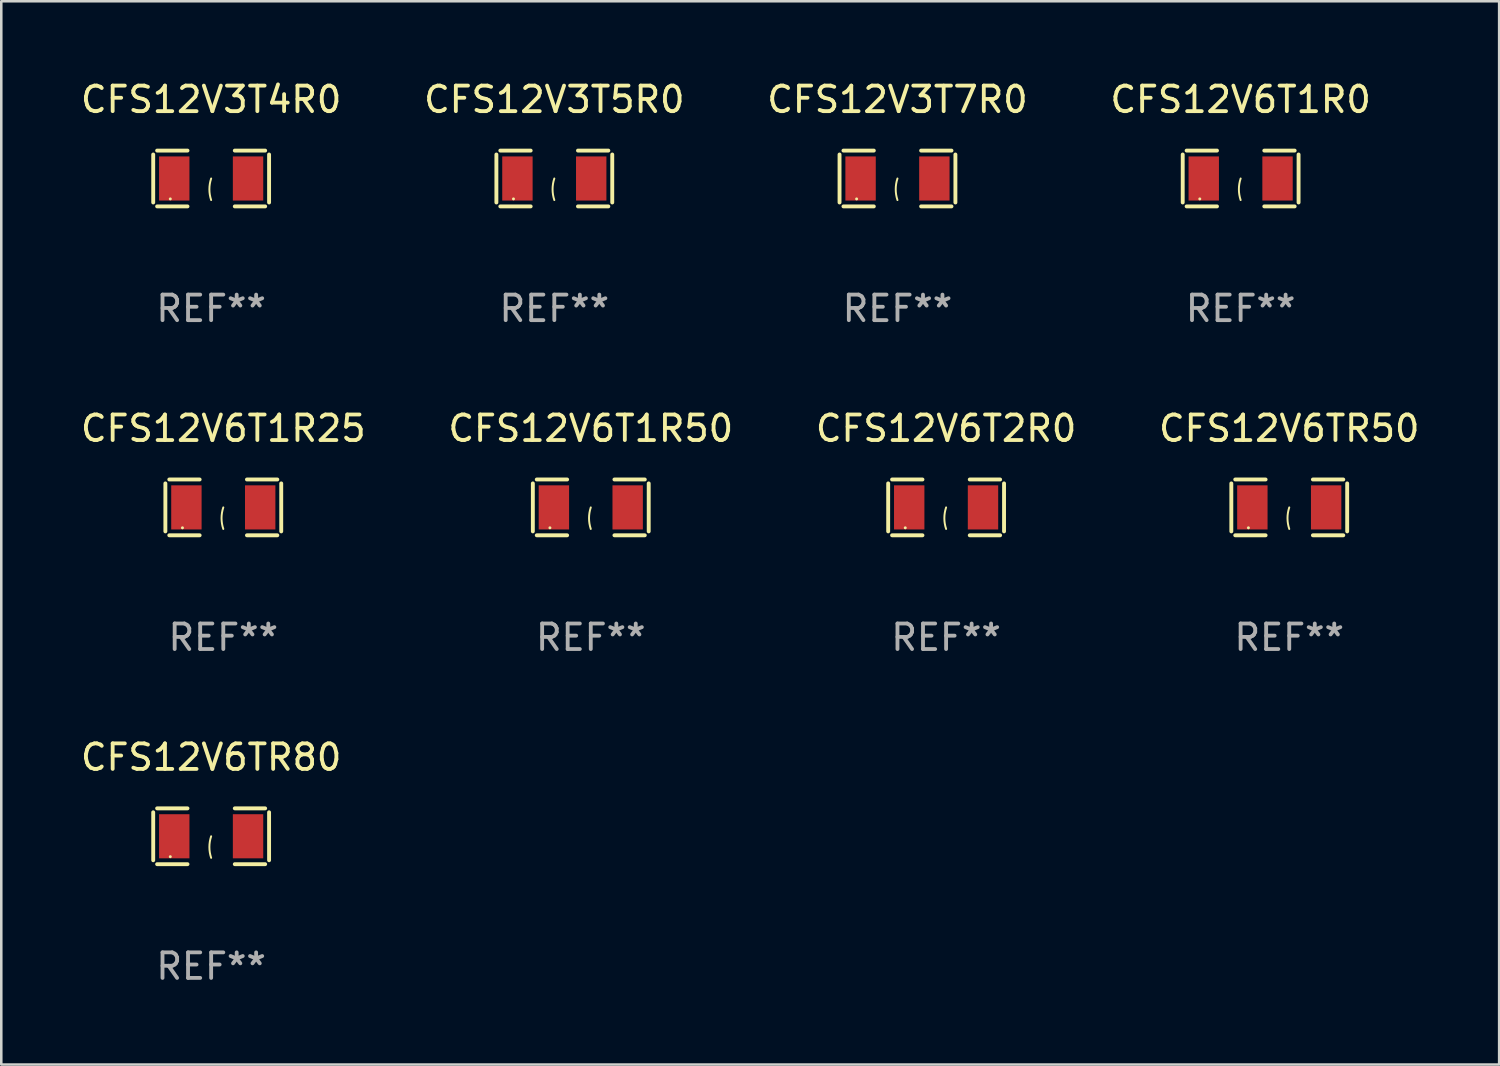
<source format=kicad_pcb>
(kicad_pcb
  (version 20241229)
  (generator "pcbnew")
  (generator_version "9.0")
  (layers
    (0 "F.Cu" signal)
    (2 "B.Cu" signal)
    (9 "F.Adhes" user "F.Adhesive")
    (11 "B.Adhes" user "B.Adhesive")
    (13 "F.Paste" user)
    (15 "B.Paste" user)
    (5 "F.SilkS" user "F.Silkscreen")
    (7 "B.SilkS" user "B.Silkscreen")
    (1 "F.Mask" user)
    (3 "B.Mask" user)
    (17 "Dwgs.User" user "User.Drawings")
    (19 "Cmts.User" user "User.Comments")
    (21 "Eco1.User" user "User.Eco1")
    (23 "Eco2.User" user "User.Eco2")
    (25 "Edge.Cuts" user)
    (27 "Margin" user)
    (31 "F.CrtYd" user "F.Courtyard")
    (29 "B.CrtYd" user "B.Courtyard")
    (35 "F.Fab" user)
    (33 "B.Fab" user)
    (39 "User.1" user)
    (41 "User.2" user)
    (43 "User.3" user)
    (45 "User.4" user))
  (footprint "CFS12V6T1R50"
    (layer "F.Cu")
    (at 20.089 16.823)
    (property "Reference" "CFS12V6T1R50" (at 0 -3.093 0) (layer "F.SilkS") (effects (font (size 1 1) (thickness 0.15))))
    (attr through_hole)
    (fp_line (start -2.269 -0.94) (end -2.269 0.94) (stroke (width 0.152) (type solid)) (layer "F.SilkS"))
    (fp_line (start -2.116 1.093) (end -0.926 1.093) (stroke (width 0.152) (type solid)) (layer "F.SilkS"))
    (fp_line (start -0.926 -1.093) (end -2.116 -1.093) (stroke (width 0.152) (type solid)) (layer "F.SilkS"))
    (fp_line (start 0.926 -1.093) (end 2.116 -1.093) (stroke (width 0.152) (type solid)) (layer "F.SilkS"))
    (fp_line (start 2.116 1.093) (end 0.926 1.093) (stroke (width 0.152) (type solid)) (layer "F.SilkS"))
    (fp_line (start 2.269 -0.94) (end 2.269 0.94) (stroke (width 0.152) (type solid)) (layer "F.SilkS"))
    (fp_arc (start 0 0.844951) (mid -0.068559 0.422475) (end 0 0) (stroke (width 0.0762) (type solid)) (layer "F.SilkS"))
    (fp_circle (center -1.6 0.8) (end -1.57 0.8) (stroke (width 0.06) (type solid)) (fill no) (layer "F.SilkS"))
    (fp_text user "REF**" (at 0 5.093 0) (layer "F.Fab") (effects (font (size 1 1) (thickness 0.15))))
    (pad "1" smd rect (at -1.445 0) (size 1.19 1.728) (layers "F.Cu" "F.Mask" "F.Paste"))
    (pad "2" smd rect (at 1.445 0) (size 1.19 1.728) (layers "F.Cu" "F.Mask" "F.Paste")))
  (footprint "CFS12V6TR50"
    (layer "F.Cu")
    (at 47.446 16.823)
    (property "Reference" "CFS12V6TR50" (at 0 -3.093 0) (layer "F.SilkS") (effects (font (size 1 1) (thickness 0.15))))
    (attr through_hole)
    (fp_line (start -2.269 -0.94) (end -2.269 0.94) (stroke (width 0.152) (type solid)) (layer "F.SilkS"))
    (fp_line (start -2.116 1.093) (end -0.926 1.093) (stroke (width 0.152) (type solid)) (layer "F.SilkS"))
    (fp_line (start -0.926 -1.093) (end -2.116 -1.093) (stroke (width 0.152) (type solid)) (layer "F.SilkS"))
    (fp_line (start 0.926 -1.093) (end 2.116 -1.093) (stroke (width 0.152) (type solid)) (layer "F.SilkS"))
    (fp_line (start 2.116 1.093) (end 0.926 1.093) (stroke (width 0.152) (type solid)) (layer "F.SilkS"))
    (fp_line (start 2.269 -0.94) (end 2.269 0.94) (stroke (width 0.152) (type solid)) (layer "F.SilkS"))
    (fp_arc (start 0 0.844951) (mid -0.068559 0.422475) (end 0 0) (stroke (width 0.0762) (type solid)) (layer "F.SilkS"))
    (fp_circle (center -1.6 0.8) (end -1.57 0.8) (stroke (width 0.06) (type solid)) (fill no) (layer "F.SilkS"))
    (fp_text user "REF**" (at 0 5.093 0) (layer "F.Fab") (effects (font (size 1 1) (thickness 0.15))))
    (pad "1" smd rect (at -1.445 0) (size 1.19 1.728) (layers "F.Cu" "F.Mask" "F.Paste"))
    (pad "2" smd rect (at 1.445 0) (size 1.19 1.728) (layers "F.Cu" "F.Mask" "F.Paste")))
  (footprint "CFS12V6T2R0"
    (layer "F.Cu")
    (at 34.006 16.823)
    (property "Reference" "CFS12V6T2R0" (at 0 -3.093 0) (layer "F.SilkS") (effects (font (size 1 1) (thickness 0.15))))
    (attr through_hole)
    (fp_line (start -2.269 -0.94) (end -2.269 0.94) (stroke (width 0.152) (type solid)) (layer "F.SilkS"))
    (fp_line (start -2.116 1.093) (end -0.926 1.093) (stroke (width 0.152) (type solid)) (layer "F.SilkS"))
    (fp_line (start -0.926 -1.093) (end -2.116 -1.093) (stroke (width 0.152) (type solid)) (layer "F.SilkS"))
    (fp_line (start 0.926 -1.093) (end 2.116 -1.093) (stroke (width 0.152) (type solid)) (layer "F.SilkS"))
    (fp_line (start 2.116 1.093) (end 0.926 1.093) (stroke (width 0.152) (type solid)) (layer "F.SilkS"))
    (fp_line (start 2.269 -0.94) (end 2.269 0.94) (stroke (width 0.152) (type solid)) (layer "F.SilkS"))
    (fp_arc (start 0 0.844951) (mid -0.068559 0.422475) (end 0 0) (stroke (width 0.0762) (type solid)) (layer "F.SilkS"))
    (fp_circle (center -1.6 0.8) (end -1.57 0.8) (stroke (width 0.06) (type solid)) (fill no) (layer "F.SilkS"))
    (fp_text user "REF**" (at 0 5.093 0) (layer "F.Fab") (effects (font (size 1 1) (thickness 0.15))))
    (pad "1" smd rect (at -1.445 0) (size 1.19 1.728) (layers "F.Cu" "F.Mask" "F.Paste"))
    (pad "2" smd rect (at 1.445 0) (size 1.19 1.728) (layers "F.Cu" "F.Mask" "F.Paste")))
  (footprint "CFS12V6TR80"
    (layer "F.Cu")
    (at 5.22 29.704)
    (property "Reference" "CFS12V6TR80" (at 0 -3.093 0) (layer "F.SilkS") (effects (font (size 1 1) (thickness 0.15))))
    (attr through_hole)
    (fp_line (start -2.269 -0.94) (end -2.269 0.94) (stroke (width 0.152) (type solid)) (layer "F.SilkS"))
    (fp_line (start -2.116 1.093) (end -0.926 1.093) (stroke (width 0.152) (type solid)) (layer "F.SilkS"))
    (fp_line (start -0.926 -1.093) (end -2.116 -1.093) (stroke (width 0.152) (type solid)) (layer "F.SilkS"))
    (fp_line (start 0.926 -1.093) (end 2.116 -1.093) (stroke (width 0.152) (type solid)) (layer "F.SilkS"))
    (fp_line (start 2.116 1.093) (end 0.926 1.093) (stroke (width 0.152) (type solid)) (layer "F.SilkS"))
    (fp_line (start 2.269 -0.94) (end 2.269 0.94) (stroke (width 0.152) (type solid)) (layer "F.SilkS"))
    (fp_arc (start 0 0.844951) (mid -0.068559 0.422475) (end 0 0) (stroke (width 0.0762) (type solid)) (layer "F.SilkS"))
    (fp_circle (center -1.6 0.8) (end -1.57 0.8) (stroke (width 0.06) (type solid)) (fill no) (layer "F.SilkS"))
    (fp_text user "REF**" (at 0 5.093 0) (layer "F.Fab") (effects (font (size 1 1) (thickness 0.15))))
    (pad "1" smd rect (at -1.445 0) (size 1.19 1.728) (layers "F.Cu" "F.Mask" "F.Paste"))
    (pad "2" smd rect (at 1.445 0) (size 1.19 1.728) (layers "F.Cu" "F.Mask" "F.Paste")))
  (footprint "CFS12V3T5R0"
    (layer "F.Cu")
    (at 18.661 3.941)
    (property "Reference" "CFS12V3T5R0" (at 0 -3.093 0) (layer "F.SilkS") (effects (font (size 1 1) (thickness 0.15))))
    (attr through_hole)
    (fp_line (start -2.269 -0.94) (end -2.269 0.94) (stroke (width 0.152) (type solid)) (layer "F.SilkS"))
    (fp_line (start -2.116 1.093) (end -0.926 1.093) (stroke (width 0.152) (type solid)) (layer "F.SilkS"))
    (fp_line (start -0.926 -1.093) (end -2.116 -1.093) (stroke (width 0.152) (type solid)) (layer "F.SilkS"))
    (fp_line (start 0.926 -1.093) (end 2.116 -1.093) (stroke (width 0.152) (type solid)) (layer "F.SilkS"))
    (fp_line (start 2.116 1.093) (end 0.926 1.093) (stroke (width 0.152) (type solid)) (layer "F.SilkS"))
    (fp_line (start 2.269 -0.94) (end 2.269 0.94) (stroke (width 0.152) (type solid)) (layer "F.SilkS"))
    (fp_arc (start 0 0.844951) (mid -0.068559 0.422475) (end 0 0) (stroke (width 0.0762) (type solid)) (layer "F.SilkS"))
    (fp_circle (center -1.6 0.8) (end -1.57 0.8) (stroke (width 0.06) (type solid)) (fill no) (layer "F.SilkS"))
    (fp_text user "REF**" (at 0 5.093 0) (layer "F.Fab") (effects (font (size 1 1) (thickness 0.15))))
    (pad "1" smd rect (at -1.445 0) (size 1.19 1.728) (layers "F.Cu" "F.Mask" "F.Paste"))
    (pad "2" smd rect (at 1.445 0) (size 1.19 1.728) (layers "F.Cu" "F.Mask" "F.Paste")))
  (footprint "CFS12V6T1R0"
    (layer "F.Cu")
    (at 45.542 3.941)
    (property "Reference" "CFS12V6T1R0" (at 0 -3.093 0) (layer "F.SilkS") (effects (font (size 1 1) (thickness 0.15))))
    (attr through_hole)
    (fp_line (start -2.269 -0.94) (end -2.269 0.94) (stroke (width 0.152) (type solid)) (layer "F.SilkS"))
    (fp_line (start -2.116 1.093) (end -0.926 1.093) (stroke (width 0.152) (type solid)) (layer "F.SilkS"))
    (fp_line (start -0.926 -1.093) (end -2.116 -1.093) (stroke (width 0.152) (type solid)) (layer "F.SilkS"))
    (fp_line (start 0.926 -1.093) (end 2.116 -1.093) (stroke (width 0.152) (type solid)) (layer "F.SilkS"))
    (fp_line (start 2.116 1.093) (end 0.926 1.093) (stroke (width 0.152) (type solid)) (layer "F.SilkS"))
    (fp_line (start 2.269 -0.94) (end 2.269 0.94) (stroke (width 0.152) (type solid)) (layer "F.SilkS"))
    (fp_arc (start 0 0.844951) (mid -0.068559 0.422475) (end 0 0) (stroke (width 0.0762) (type solid)) (layer "F.SilkS"))
    (fp_circle (center -1.6 0.8) (end -1.57 0.8) (stroke (width 0.06) (type solid)) (fill no) (layer "F.SilkS"))
    (fp_text user "REF**" (at 0 5.093 0) (layer "F.Fab") (effects (font (size 1 1) (thickness 0.15))))
    (pad "1" smd rect (at -1.445 0) (size 1.19 1.728) (layers "F.Cu" "F.Mask" "F.Paste"))
    (pad "2" smd rect (at 1.445 0) (size 1.19 1.728) (layers "F.Cu" "F.Mask" "F.Paste")))
  (footprint "CFS12V3T4R0"
    (layer "F.Cu")
    (at 5.22 3.941)
    (property "Reference" "CFS12V3T4R0" (at 0 -3.093 0) (layer "F.SilkS") (effects (font (size 1 1) (thickness 0.15))))
    (attr through_hole)
    (fp_line (start -2.269 -0.94) (end -2.269 0.94) (stroke (width 0.152) (type solid)) (layer "F.SilkS"))
    (fp_line (start -2.116 1.093) (end -0.926 1.093) (stroke (width 0.152) (type solid)) (layer "F.SilkS"))
    (fp_line (start -0.926 -1.093) (end -2.116 -1.093) (stroke (width 0.152) (type solid)) (layer "F.SilkS"))
    (fp_line (start 0.926 -1.093) (end 2.116 -1.093) (stroke (width 0.152) (type solid)) (layer "F.SilkS"))
    (fp_line (start 2.116 1.093) (end 0.926 1.093) (stroke (width 0.152) (type solid)) (layer "F.SilkS"))
    (fp_line (start 2.269 -0.94) (end 2.269 0.94) (stroke (width 0.152) (type solid)) (layer "F.SilkS"))
    (fp_arc (start 0 0.844951) (mid -0.068559 0.422475) (end 0 0) (stroke (width 0.0762) (type solid)) (layer "F.SilkS"))
    (fp_circle (center -1.6 0.8) (end -1.57 0.8) (stroke (width 0.06) (type solid)) (fill no) (layer "F.SilkS"))
    (fp_text user "REF**" (at 0 5.093 0) (layer "F.Fab") (effects (font (size 1 1) (thickness 0.15))))
    (pad "1" smd rect (at -1.445 0) (size 1.19 1.728) (layers "F.Cu" "F.Mask" "F.Paste"))
    (pad "2" smd rect (at 1.445 0) (size 1.19 1.728) (layers "F.Cu" "F.Mask" "F.Paste")))
  (footprint "CFS12V3T7R0"
    (layer "F.Cu")
    (at 32.101 3.941)
    (property "Reference" "CFS12V3T7R0" (at 0 -3.093 0) (layer "F.SilkS") (effects (font (size 1 1) (thickness 0.15))))
    (attr through_hole)
    (fp_line (start -2.269 -0.94) (end -2.269 0.94) (stroke (width 0.152) (type solid)) (layer "F.SilkS"))
    (fp_line (start -2.116 1.093) (end -0.926 1.093) (stroke (width 0.152) (type solid)) (layer "F.SilkS"))
    (fp_line (start -0.926 -1.093) (end -2.116 -1.093) (stroke (width 0.152) (type solid)) (layer "F.SilkS"))
    (fp_line (start 0.926 -1.093) (end 2.116 -1.093) (stroke (width 0.152) (type solid)) (layer "F.SilkS"))
    (fp_line (start 2.116 1.093) (end 0.926 1.093) (stroke (width 0.152) (type solid)) (layer "F.SilkS"))
    (fp_line (start 2.269 -0.94) (end 2.269 0.94) (stroke (width 0.152) (type solid)) (layer "F.SilkS"))
    (fp_arc (start 0 0.844951) (mid -0.068559 0.422475) (end 0 0) (stroke (width 0.0762) (type solid)) (layer "F.SilkS"))
    (fp_circle (center -1.6 0.8) (end -1.57 0.8) (stroke (width 0.06) (type solid)) (fill no) (layer "F.SilkS"))
    (fp_text user "REF**" (at 0 5.093 0) (layer "F.Fab") (effects (font (size 1 1) (thickness 0.15))))
    (pad "1" smd rect (at -1.445 0) (size 1.19 1.728) (layers "F.Cu" "F.Mask" "F.Paste"))
    (pad "2" smd rect (at 1.445 0) (size 1.19 1.728) (layers "F.Cu" "F.Mask" "F.Paste")))
  (footprint "CFS12V6T1R25"
    (layer "F.Cu")
    (at 5.696 16.823)
    (property "Reference" "CFS12V6T1R25" (at 0 -3.093 0) (layer "F.SilkS") (effects (font (size 1 1) (thickness 0.15))))
    (attr through_hole)
    (fp_line (start -2.269 -0.94) (end -2.269 0.94) (stroke (width 0.152) (type solid)) (layer "F.SilkS"))
    (fp_line (start -2.116 1.093) (end -0.926 1.093) (stroke (width 0.152) (type solid)) (layer "F.SilkS"))
    (fp_line (start -0.926 -1.093) (end -2.116 -1.093) (stroke (width 0.152) (type solid)) (layer "F.SilkS"))
    (fp_line (start 0.926 -1.093) (end 2.116 -1.093) (stroke (width 0.152) (type solid)) (layer "F.SilkS"))
    (fp_line (start 2.116 1.093) (end 0.926 1.093) (stroke (width 0.152) (type solid)) (layer "F.SilkS"))
    (fp_line (start 2.269 -0.94) (end 2.269 0.94) (stroke (width 0.152) (type solid)) (layer "F.SilkS"))
    (fp_arc (start 0 0.844951) (mid -0.068559 0.422475) (end 0 0) (stroke (width 0.0762) (type solid)) (layer "F.SilkS"))
    (fp_circle (center -1.6 0.8) (end -1.57 0.8) (stroke (width 0.06) (type solid)) (fill no) (layer "F.SilkS"))
    (fp_text user "REF**" (at 0 5.093 0) (layer "F.Fab") (effects (font (size 1 1) (thickness 0.15))))
    (pad "1" smd rect (at -1.445 0) (size 1.19 1.728) (layers "F.Cu" "F.Mask" "F.Paste"))
    (pad "2" smd rect (at 1.445 0) (size 1.19 1.728) (layers "F.Cu" "F.Mask" "F.Paste")))
  (gr_rect
    (start -3 -3)
    (end 55.667 38.645)
    (stroke (width 0.1) (type default))
    (fill no)
    (layer "Edge.Cuts")))
</source>
